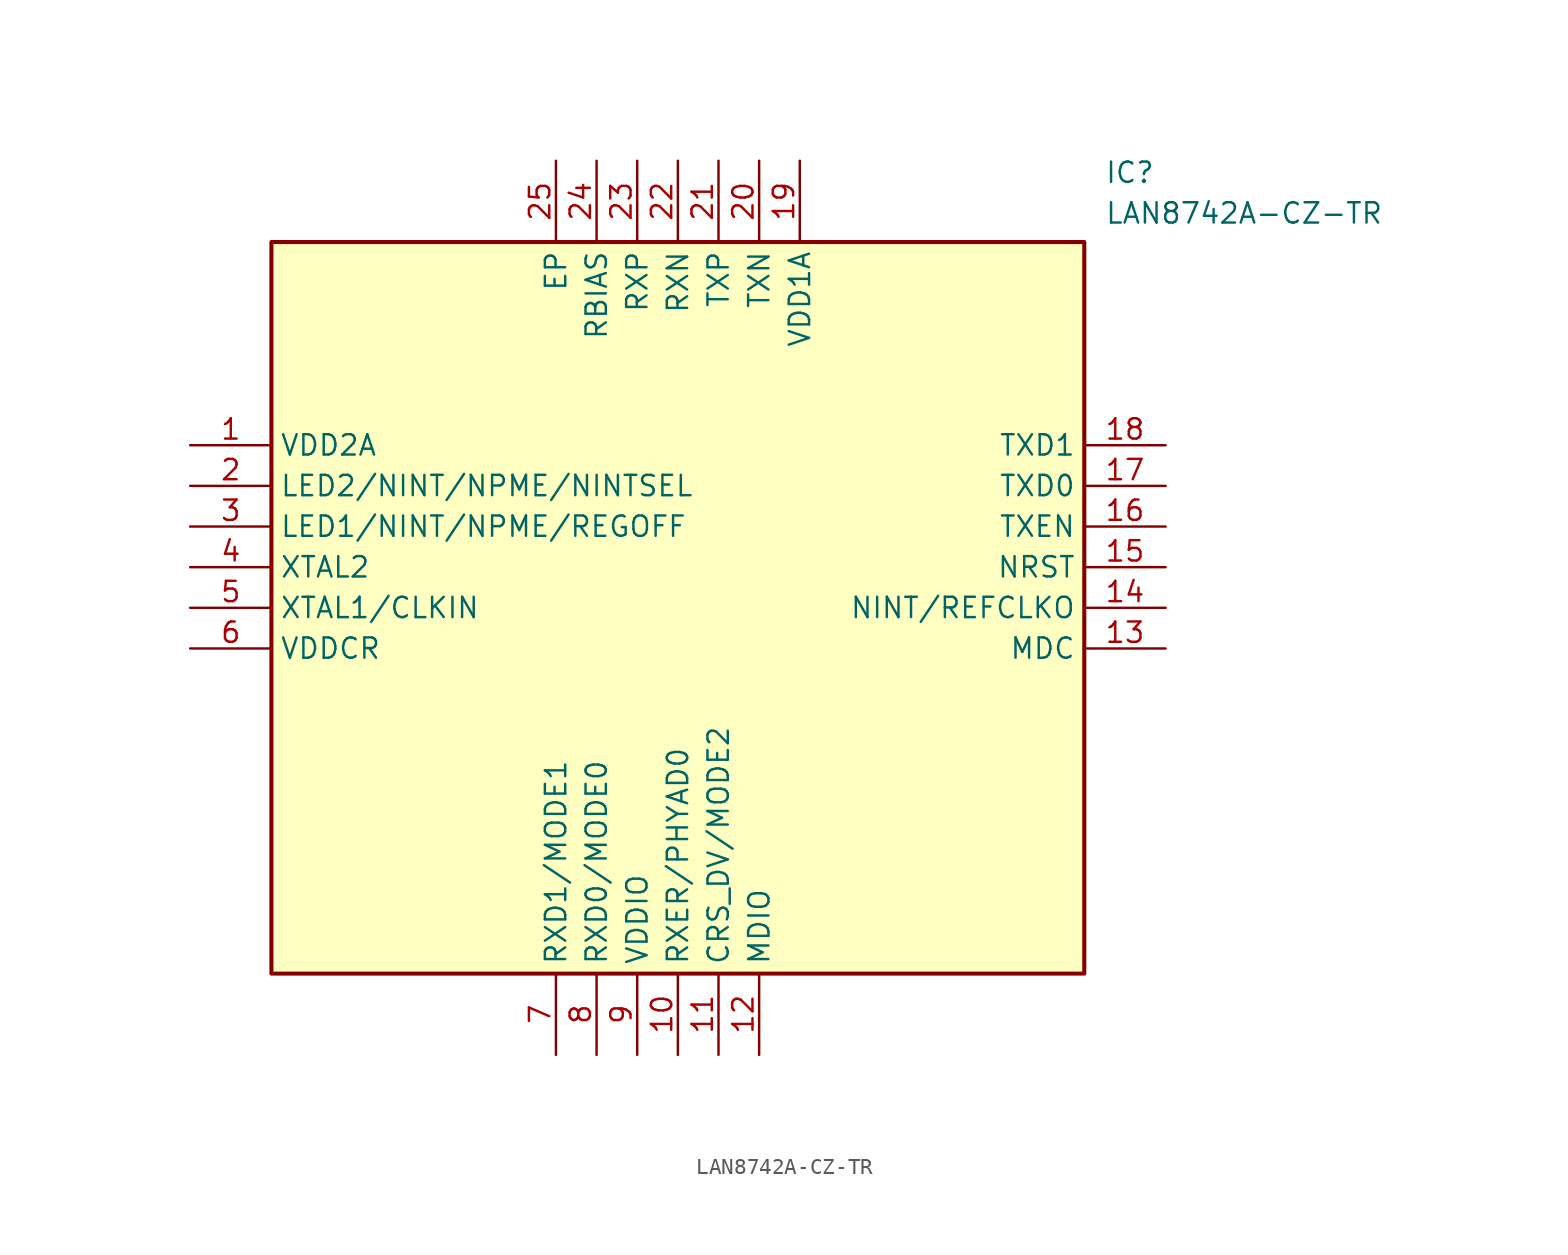
<source format=kicad_sym>
(kicad_symbol_lib
  (version 20211014)
  (generator SamacSys_ECAD_Model)
  (symbol "LAN8742A-CZ-TR"
    (property "Reference" "IC"
      (at 57.15 17.78 0)
      (effects (font (size 1.27 1.27)) (justify left top)))
    (property "Value" "LAN8742A-CZ-TR"
      (at 57.15 15.24 0)
      (effects (font (size 1.27 1.27)) (justify left top)))
    (rectangle
      (start 5.08 12.7)
      (end 55.88 -33.02)
      (stroke (width 0.254) (type default))
      (fill (type background)))
    (pin passive line
      (at 0 0 0)
      (length 5.08)
      (name "VDD2A" (effects (font (size 1.27 1.27))))
      (number "1" (effects (font (size 1.27 1.27)))))
    (pin passive line
      (at 0 -2.54 0)
      (length 5.08)
      (name "LED2/NINT/NPME/NINTSEL" (effects (font (size 1.27 1.27))))
      (number "2" (effects (font (size 1.27 1.27)))))
    (pin passive line
      (at 0 -5.08 0)
      (length 5.08)
      (name "LED1/NINT/NPME/REGOFF" (effects (font (size 1.27 1.27))))
      (number "3" (effects (font (size 1.27 1.27)))))
    (pin passive line
      (at 0 -7.62 0)
      (length 5.08)
      (name "XTAL2" (effects (font (size 1.27 1.27))))
      (number "4" (effects (font (size 1.27 1.27)))))
    (pin passive line
      (at 0 -10.16 0)
      (length 5.08)
      (name "XTAL1/CLKIN" (effects (font (size 1.27 1.27))))
      (number "5" (effects (font (size 1.27 1.27)))))
    (pin passive line
      (at 0 -12.7 0)
      (length 5.08)
      (name "VDDCR" (effects (font (size 1.27 1.27))))
      (number "6" (effects (font (size 1.27 1.27)))))
    (pin passive line
      (at 22.86 -38.1 90)
      (length 5.08)
      (name "RXD1/MODE1" (effects (font (size 1.27 1.27))))
      (number "7" (effects (font (size 1.27 1.27)))))
    (pin passive line
      (at 25.4 -38.1 90)
      (length 5.08)
      (name "RXD0/MODE0" (effects (font (size 1.27 1.27))))
      (number "8" (effects (font (size 1.27 1.27)))))
    (pin passive line
      (at 27.94 -38.1 90)
      (length 5.08)
      (name "VDDIO" (effects (font (size 1.27 1.27))))
      (number "9" (effects (font (size 1.27 1.27)))))
    (pin passive line
      (at 30.48 -38.1 90)
      (length 5.08)
      (name "RXER/PHYAD0" (effects (font (size 1.27 1.27))))
      (number "10" (effects (font (size 1.27 1.27)))))
    (pin passive line
      (at 33.02 -38.1 90)
      (length 5.08)
      (name "CRS_DV/MODE2" (effects (font (size 1.27 1.27))))
      (number "11" (effects (font (size 1.27 1.27)))))
    (pin passive line
      (at 35.56 -38.1 90)
      (length 5.08)
      (name "MDIO" (effects (font (size 1.27 1.27))))
      (number "12" (effects (font (size 1.27 1.27)))))
    (pin passive line
      (at 60.96 0 180)
      (length 5.08)
      (name "TXD1" (effects (font (size 1.27 1.27))))
      (number "18" (effects (font (size 1.27 1.27)))))
    (pin passive line
      (at 60.96 -2.54 180)
      (length 5.08)
      (name "TXD0" (effects (font (size 1.27 1.27))))
      (number "17" (effects (font (size 1.27 1.27)))))
    (pin passive line
      (at 60.96 -5.08 180)
      (length 5.08)
      (name "TXEN" (effects (font (size 1.27 1.27))))
      (number "16" (effects (font (size 1.27 1.27)))))
    (pin passive line
      (at 60.96 -7.62 180)
      (length 5.08)
      (name "NRST" (effects (font (size 1.27 1.27))))
      (number "15" (effects (font (size 1.27 1.27)))))
    (pin passive line
      (at 60.96 -10.16 180)
      (length 5.08)
      (name "NINT/REFCLKO" (effects (font (size 1.27 1.27))))
      (number "14" (effects (font (size 1.27 1.27)))))
    (pin passive line
      (at 60.96 -12.7 180)
      (length 5.08)
      (name "MDC" (effects (font (size 1.27 1.27))))
      (number "13" (effects (font (size 1.27 1.27)))))
    (pin passive line
      (at 22.86 17.78 270)
      (length 5.08)
      (name "EP" (effects (font (size 1.27 1.27))))
      (number "25" (effects (font (size 1.27 1.27)))))
    (pin passive line
      (at 25.4 17.78 270)
      (length 5.08)
      (name "RBIAS" (effects (font (size 1.27 1.27))))
      (number "24" (effects (font (size 1.27 1.27)))))
    (pin passive line
      (at 27.94 17.78 270)
      (length 5.08)
      (name "RXP" (effects (font (size 1.27 1.27))))
      (number "23" (effects (font (size 1.27 1.27)))))
    (pin passive line
      (at 30.48 17.78 270)
      (length 5.08)
      (name "RXN" (effects (font (size 1.27 1.27))))
      (number "22" (effects (font (size 1.27 1.27)))))
    (pin passive line
      (at 33.02 17.78 270)
      (length 5.08)
      (name "TXP" (effects (font (size 1.27 1.27))))
      (number "21" (effects (font (size 1.27 1.27)))))
    (pin passive line
      (at 35.56 17.78 270)
      (length 5.08)
      (name "TXN" (effects (font (size 1.27 1.27))))
      (number "20" (effects (font (size 1.27 1.27)))))
    (pin passive line
      (at 38.1 17.78 270)
      (length 5.08)
      (name "VDD1A" (effects (font (size 1.27 1.27))))
      (number "19" (effects (font (size 1.27 1.27)))))))
</source>
